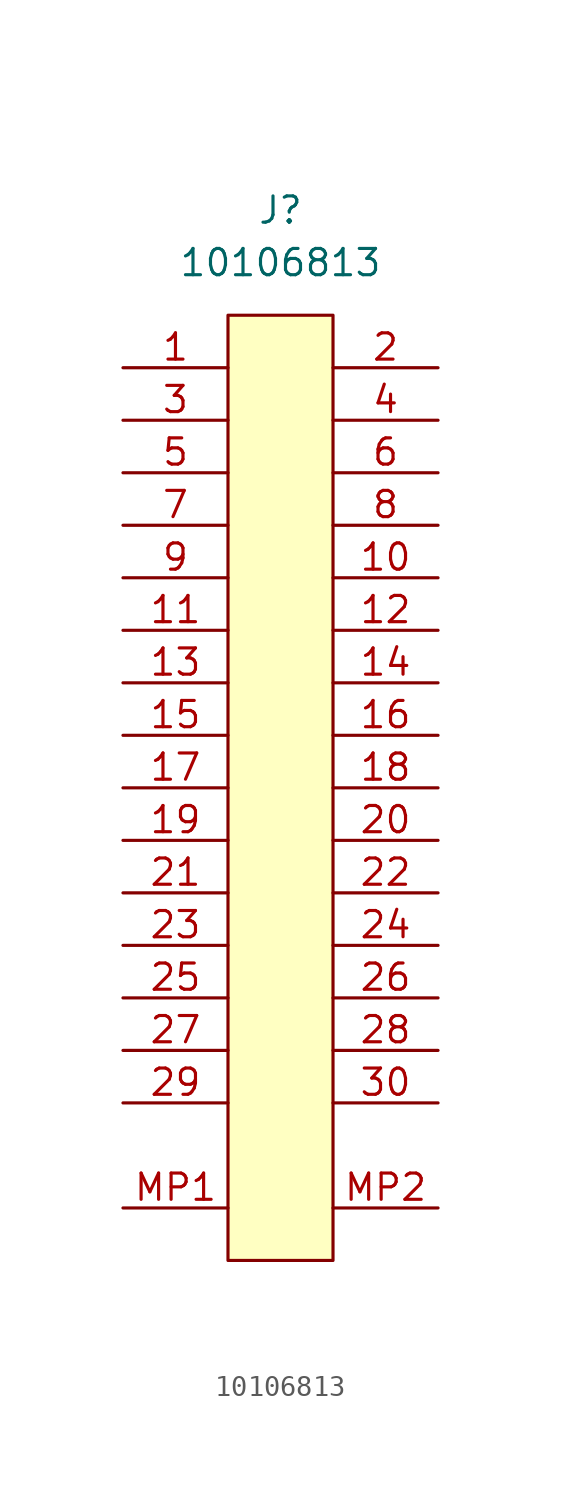
<source format=kicad_sym>
(kicad_symbol_lib
  (version 20241209)
  (generator "kicad_symbol_editor")
  (generator_version "9.0")
  (symbol "10106813"
    (pin_names
      (hide yes))
    (property "Reference" "J"
      (at 0 5.08 0)
      (effects (font (size 1.27 1.27))))
    (property "Value" "10106813"
      (at 0 2.54 0)
      (effects (font (size 1.27 1.27))))
    (symbol "10106813_1_1"
      (rectangle (start -2.54 0) (end 2.54 -45.72) (stroke (width 0) (type solid)) (fill (type background)))
      (pin passive line (at -7.62 -2.54 0) (length 5.08) (name "Pin_1" (effects (font (size 1.27 1.27)))) (number "1" (effects (font (size 1.27 1.27)))))
      (pin passive line (at -7.62 -5.08 0) (length 5.08) (name "Pin_3" (effects (font (size 1.27 1.27)))) (number "3" (effects (font (size 1.27 1.27)))))
      (pin passive line (at -7.62 -7.62 0) (length 5.08) (name "Pin_5" (effects (font (size 1.27 1.27)))) (number "5" (effects (font (size 1.27 1.27)))))
      (pin passive line (at -7.62 -10.16 0) (length 5.08) (name "Pin_7" (effects (font (size 1.27 1.27)))) (number "7" (effects (font (size 1.27 1.27)))))
      (pin passive line (at -7.62 -12.7 0) (length 5.08) (name "Pin_9" (effects (font (size 1.27 1.27)))) (number "9" (effects (font (size 1.27 1.27)))))
      (pin passive line (at -7.62 -15.24 0) (length 5.08) (name "Pin_11" (effects (font (size 1.27 1.27)))) (number "11" (effects (font (size 1.27 1.27)))))
      (pin passive line (at -7.62 -17.78 0) (length 5.08) (name "Pin_13" (effects (font (size 1.27 1.27)))) (number "13" (effects (font (size 1.27 1.27)))))
      (pin passive line (at -7.62 -20.32 0) (length 5.08) (name "Pin_15" (effects (font (size 1.27 1.27)))) (number "15" (effects (font (size 1.27 1.27)))))
      (pin passive line (at -7.62 -22.86 0) (length 5.08) (name "Pin_17" (effects (font (size 1.27 1.27)))) (number "17" (effects (font (size 1.27 1.27)))))
      (pin passive line (at -7.62 -25.4 0) (length 5.08) (name "Pin_19" (effects (font (size 1.27 1.27)))) (number "19" (effects (font (size 1.27 1.27)))))
      (pin passive line (at -7.62 -27.94 0) (length 5.08) (name "Pin_21" (effects (font (size 1.27 1.27)))) (number "21" (effects (font (size 1.27 1.27)))))
      (pin passive line (at -7.62 -30.48 0) (length 5.08) (name "Pin_23" (effects (font (size 1.27 1.27)))) (number "23" (effects (font (size 1.27 1.27)))))
      (pin passive line (at -7.62 -33.02 0) (length 5.08) (name "Pin_25" (effects (font (size 1.27 1.27)))) (number "25" (effects (font (size 1.27 1.27)))))
      (pin passive line (at -7.62 -35.56 0) (length 5.08) (name "Pin_27" (effects (font (size 1.27 1.27)))) (number "27" (effects (font (size 1.27 1.27)))))
      (pin passive line (at -7.62 -38.1 0) (length 5.08) (name "Pin_29" (effects (font (size 1.27 1.27)))) (number "29" (effects (font (size 1.27 1.27)))))
      (pin passive line (at -7.62 -43.18 0) (length 5.08) (name "MountPin" (effects (font (size 1.27 1.27)))) (number "MP1" (effects (font (size 1.27 1.27)))))
      (pin passive line (at 7.62 -2.54 180) (length 5.08) (name "Pin_2" (effects (font (size 1.27 1.27)))) (number "2" (effects (font (size 1.27 1.27)))))
      (pin passive line (at 7.62 -5.08 180) (length 5.08) (name "Pin_4" (effects (font (size 1.27 1.27)))) (number "4" (effects (font (size 1.27 1.27)))))
      (pin passive line (at 7.62 -7.62 180) (length 5.08) (name "Pin_6" (effects (font (size 1.27 1.27)))) (number "6" (effects (font (size 1.27 1.27)))))
      (pin passive line (at 7.62 -10.16 180) (length 5.08) (name "Pin_8" (effects (font (size 1.27 1.27)))) (number "8" (effects (font (size 1.27 1.27)))))
      (pin passive line (at 7.62 -12.7 180) (length 5.08) (name "Pin_10" (effects (font (size 1.27 1.27)))) (number "10" (effects (font (size 1.27 1.27)))))
      (pin passive line (at 7.62 -15.24 180) (length 5.08) (name "Pin_12" (effects (font (size 1.27 1.27)))) (number "12" (effects (font (size 1.27 1.27)))))
      (pin passive line (at 7.62 -17.78 180) (length 5.08) (name "Pin_14" (effects (font (size 1.27 1.27)))) (number "14" (effects (font (size 1.27 1.27)))))
      (pin passive line (at 7.62 -20.32 180) (length 5.08) (name "Pin_16" (effects (font (size 1.27 1.27)))) (number "16" (effects (font (size 1.27 1.27)))))
      (pin passive line (at 7.62 -22.86 180) (length 5.08) (name "Pin_18" (effects (font (size 1.27 1.27)))) (number "18" (effects (font (size 1.27 1.27)))))
      (pin passive line (at 7.62 -25.4 180) (length 5.08) (name "Pin_20" (effects (font (size 1.27 1.27)))) (number "20" (effects (font (size 1.27 1.27)))))
      (pin passive line (at 7.62 -27.94 180) (length 5.08) (name "Pin_22" (effects (font (size 1.27 1.27)))) (number "22" (effects (font (size 1.27 1.27)))))
      (pin passive line (at 7.62 -30.48 180) (length 5.08) (name "Pin_24" (effects (font (size 1.27 1.27)))) (number "24" (effects (font (size 1.27 1.27)))))
      (pin passive line (at 7.62 -33.02 180) (length 5.08) (name "Pin_26" (effects (font (size 1.27 1.27)))) (number "26" (effects (font (size 1.27 1.27)))))
      (pin passive line (at 7.62 -35.56 180) (length 5.08) (name "Pin_28" (effects (font (size 1.27 1.27)))) (number "28" (effects (font (size 1.27 1.27)))))
      (pin passive line (at 7.62 -38.1 180) (length 5.08) (name "Pin_30" (effects (font (size 1.27 1.27)))) (number "30" (effects (font (size 1.27 1.27)))))
      (pin passive line (at 7.62 -43.18 180) (length 5.08) (name "MountPin" (effects (font (size 1.27 1.27)))) (number "MP2" (effects (font (size 1.27 1.27))))))))
</source>
